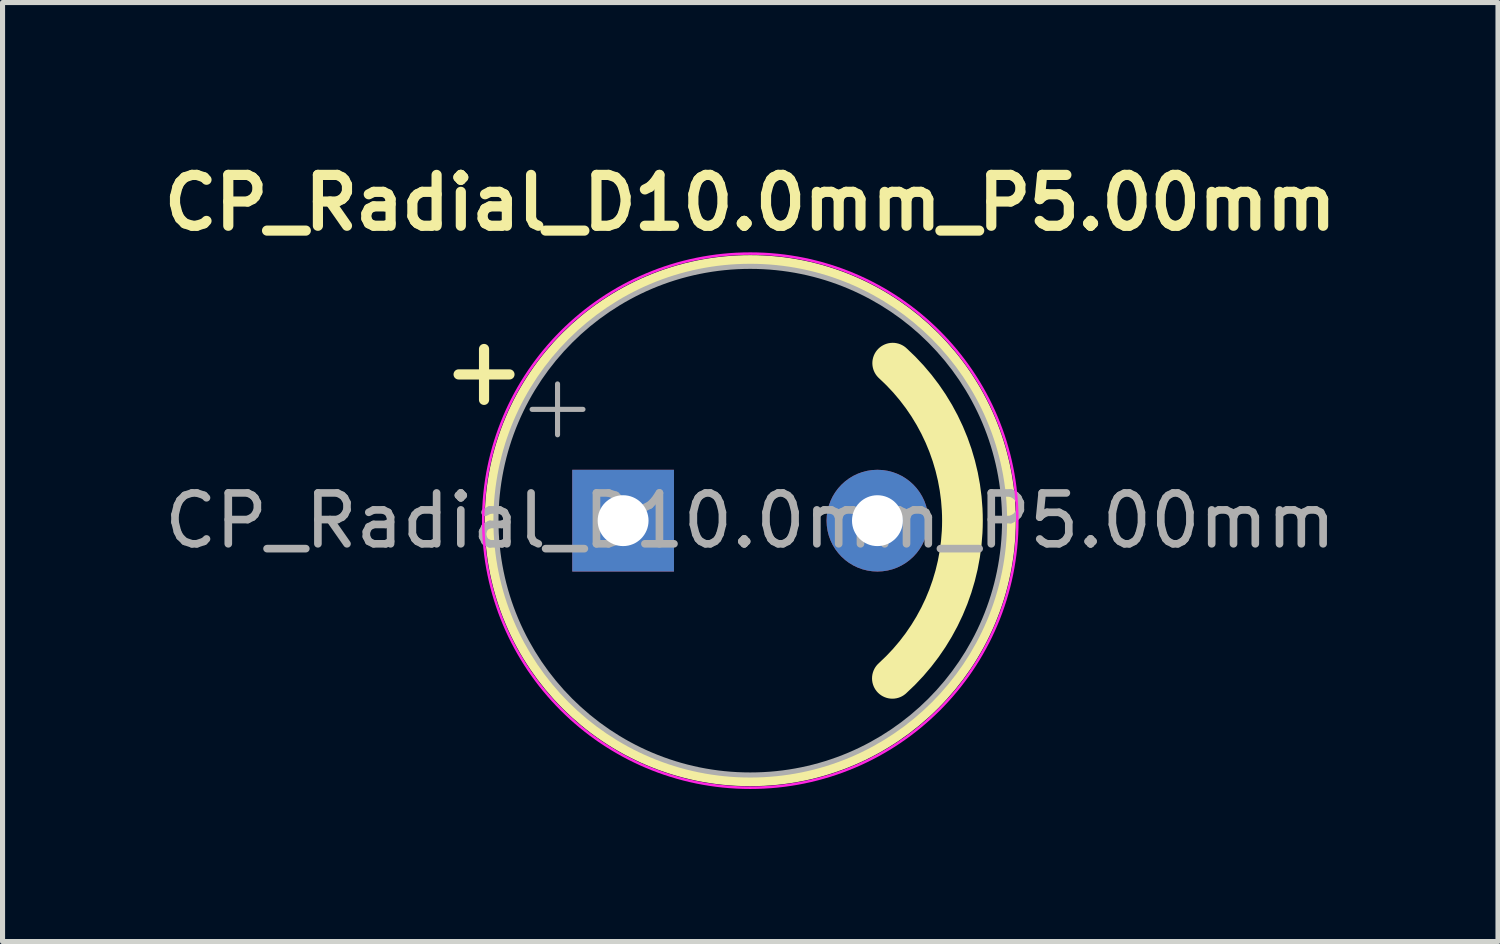
<source format=kicad_pcb>
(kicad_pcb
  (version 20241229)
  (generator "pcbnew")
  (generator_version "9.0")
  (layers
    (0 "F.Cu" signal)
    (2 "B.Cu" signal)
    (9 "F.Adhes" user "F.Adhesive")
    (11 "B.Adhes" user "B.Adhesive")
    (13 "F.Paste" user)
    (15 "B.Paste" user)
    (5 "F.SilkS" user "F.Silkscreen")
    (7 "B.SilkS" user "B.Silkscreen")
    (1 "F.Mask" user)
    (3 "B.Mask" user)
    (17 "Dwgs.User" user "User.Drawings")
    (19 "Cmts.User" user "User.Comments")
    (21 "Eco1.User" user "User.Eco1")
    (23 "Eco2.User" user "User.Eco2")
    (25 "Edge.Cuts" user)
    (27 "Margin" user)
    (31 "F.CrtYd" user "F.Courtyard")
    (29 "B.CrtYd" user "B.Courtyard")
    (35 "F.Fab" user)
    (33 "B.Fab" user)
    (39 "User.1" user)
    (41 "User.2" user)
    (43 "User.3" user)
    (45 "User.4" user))
  (footprint "CP_Radial_D10.0mm_P5.00mm"
    (layer "F.Cu")
    (at 9.2 7.186)
    (property "Reference" "CP_Radial_D10.0mm_P5.00mm" (at 2.5 -6.25 0) (layer "F.SilkS") (effects (font (size 1 1) (thickness 0.2))))
    (attr through_hole)
    (fp_line (start -3.234 -2.875) (end -2.234 -2.875) (stroke (width 0.2) (type solid)) (layer "F.SilkS"))
    (fp_line (start -2.734 -3.375) (end -2.734 -2.375) (stroke (width 0.2) (type solid)) (layer "F.SilkS"))
    (fp_arc (start 5.3 -3.096561) (mid 6.671442 0.00309) (end 5.293822 3.1) (stroke (width 0.8) (type solid)) (layer "F.SilkS"))
    (fp_circle (center 2.5 0) (end 7.62 0) (stroke (width 0.2) (type solid)) (fill no) (layer "F.SilkS"))
    (fp_circle (center 2.5 0) (end 7.75 0) (stroke (width 0.05) (type solid)) (fill no) (layer "F.CrtYd"))
    (fp_line (start -1.789 -2.188) (end -0.789 -2.188) (stroke (width 0.1) (type solid)) (layer "F.Fab"))
    (fp_line (start -1.289 -2.688) (end -1.289 -1.688) (stroke (width 0.1) (type solid)) (layer "F.Fab"))
    (fp_circle (center 2.5 0) (end 7.5 0) (stroke (width 0.1) (type solid)) (fill no) (layer "F.Fab"))
    (fp_text user "${REFERENCE}" (at 2.5 0 0) (layer "F.Fab") (effects (font (size 1 1) (thickness 0.15))))
    (pad "1" thru_hole rect (at 0 0) (size 2 2) (drill 1) (layers "*.Cu" "*.Mask"))
    (pad "2" thru_hole circle (at 5 0) (size 2 2) (drill 1) (layers "*.Cu" "*.Mask")))
  (gr_rect
    (start -3 -3)
    (end 26.4 15.461)
    (stroke (width 0.1) (type default))
    (fill no)
    (layer "Edge.Cuts")))
</source>
